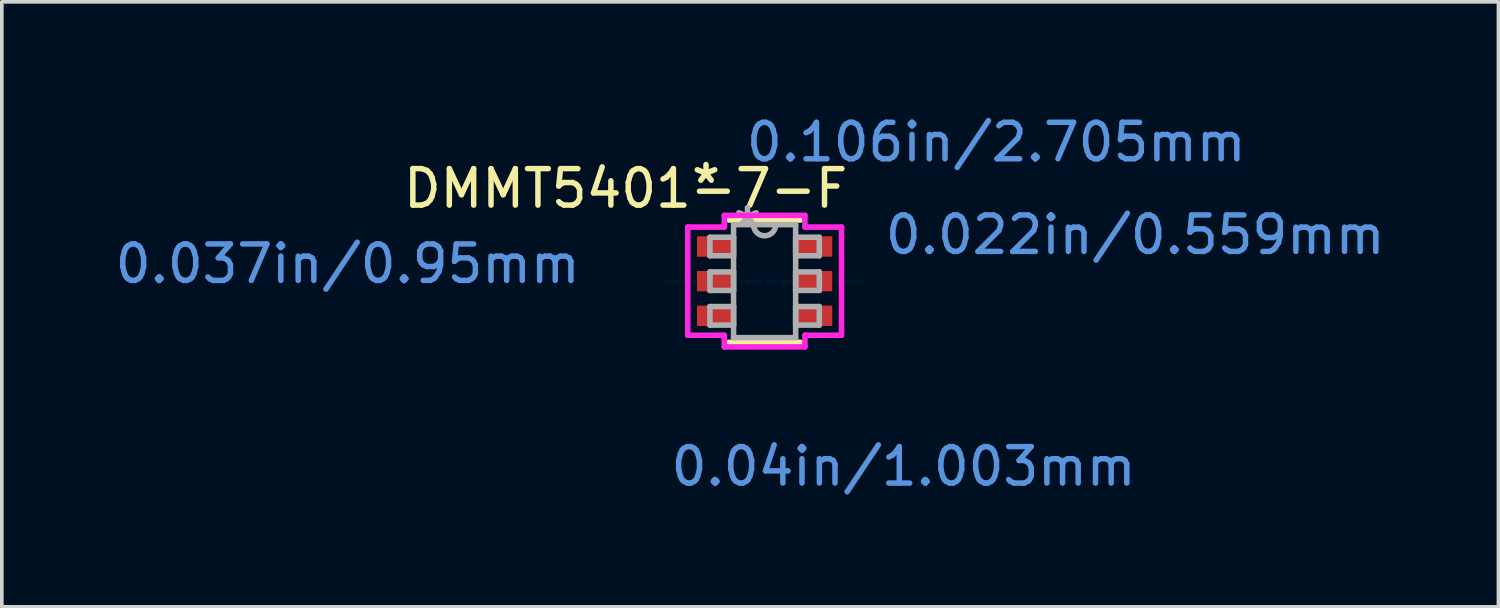
<source format=kicad_pcb>
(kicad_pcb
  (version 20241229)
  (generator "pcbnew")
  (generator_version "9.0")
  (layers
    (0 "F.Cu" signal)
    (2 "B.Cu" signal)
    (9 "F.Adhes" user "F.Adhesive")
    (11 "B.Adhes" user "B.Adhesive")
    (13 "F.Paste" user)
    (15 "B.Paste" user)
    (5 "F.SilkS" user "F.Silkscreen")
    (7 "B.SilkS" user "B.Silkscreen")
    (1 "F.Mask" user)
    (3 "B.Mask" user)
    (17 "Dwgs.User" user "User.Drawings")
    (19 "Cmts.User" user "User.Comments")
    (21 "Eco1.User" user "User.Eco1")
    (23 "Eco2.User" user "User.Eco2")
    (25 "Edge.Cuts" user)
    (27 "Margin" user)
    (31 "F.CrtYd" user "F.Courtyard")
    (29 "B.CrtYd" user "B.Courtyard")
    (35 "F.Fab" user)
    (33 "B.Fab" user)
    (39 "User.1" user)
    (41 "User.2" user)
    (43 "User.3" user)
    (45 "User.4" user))
  (footprint "DMMT5401-7-F"
    (layer "F.Cu")
    (at 17.912 4.658)
    (property "Reference" "DMMT5401-7-F" (at -3.81 -2.54 0) (layer "F.SilkS") (effects (font (size 1 1) (thickness 0.15))))
    (attr through_hole)
    (fp_line (start -0.978 1.676) (end 0.978 1.676) (stroke (width 0.152) (type solid)) (layer "F.SilkS"))
    (fp_line (start 0.978 -1.676) (end -0.978 -1.676) (stroke (width 0.152) (type solid)) (layer "F.SilkS"))
    (fp_line (start -2.108 -1.483) (end -1.105 -1.483) (stroke (width 0.152) (type solid)) (layer "F.CrtYd"))
    (fp_line (start -2.108 1.483) (end -2.108 -1.483) (stroke (width 0.152) (type solid)) (layer "F.CrtYd"))
    (fp_line (start -2.108 1.483) (end -1.105 1.483) (stroke (width 0.152) (type solid)) (layer "F.CrtYd"))
    (fp_line (start -1.105 -1.803) (end 1.105 -1.803) (stroke (width 0.152) (type solid)) (layer "F.CrtYd"))
    (fp_line (start -1.105 -1.483) (end -1.105 -1.803) (stroke (width 0.152) (type solid)) (layer "F.CrtYd"))
    (fp_line (start -1.105 1.803) (end -1.105 1.483) (stroke (width 0.152) (type solid)) (layer "F.CrtYd"))
    (fp_line (start 1.105 -1.803) (end 1.105 -1.483) (stroke (width 0.152) (type solid)) (layer "F.CrtYd"))
    (fp_line (start 1.105 1.483) (end 1.105 1.803) (stroke (width 0.152) (type solid)) (layer "F.CrtYd"))
    (fp_line (start 1.105 1.803) (end -1.105 1.803) (stroke (width 0.152) (type solid)) (layer "F.CrtYd"))
    (fp_line (start 2.108 -1.483) (end 1.105 -1.483) (stroke (width 0.152) (type solid)) (layer "F.CrtYd"))
    (fp_line (start 2.108 -1.483) (end 2.108 1.483) (stroke (width 0.152) (type solid)) (layer "F.CrtYd"))
    (fp_line (start 2.108 1.483) (end 1.105 1.483) (stroke (width 0.152) (type solid)) (layer "F.CrtYd"))
    (fp_line (start -1.499 -1.204) (end -1.499 -0.696) (stroke (width 0.152) (type solid)) (layer "F.Fab"))
    (fp_line (start -1.499 -0.696) (end -0.851 -0.696) (stroke (width 0.152) (type solid)) (layer "F.Fab"))
    (fp_line (start -1.499 -0.254) (end -1.499 0.254) (stroke (width 0.152) (type solid)) (layer "F.Fab"))
    (fp_line (start -1.499 0.254) (end -0.851 0.254) (stroke (width 0.152) (type solid)) (layer "F.Fab"))
    (fp_line (start -1.499 0.696) (end -1.499 1.204) (stroke (width 0.152) (type solid)) (layer "F.Fab"))
    (fp_line (start -1.499 1.204) (end -0.851 1.204) (stroke (width 0.152) (type solid)) (layer "F.Fab"))
    (fp_line (start -0.851 -1.549) (end -0.851 1.549) (stroke (width 0.152) (type solid)) (layer "F.Fab"))
    (fp_line (start -0.851 -1.204) (end -1.499 -1.204) (stroke (width 0.152) (type solid)) (layer "F.Fab"))
    (fp_line (start -0.851 -0.696) (end -0.851 -1.204) (stroke (width 0.152) (type solid)) (layer "F.Fab"))
    (fp_line (start -0.851 -0.254) (end -1.499 -0.254) (stroke (width 0.152) (type solid)) (layer "F.Fab"))
    (fp_line (start -0.851 0.254) (end -0.851 -0.254) (stroke (width 0.152) (type solid)) (layer "F.Fab"))
    (fp_line (start -0.851 0.696) (end -1.499 0.696) (stroke (width 0.152) (type solid)) (layer "F.Fab"))
    (fp_line (start -0.851 1.204) (end -0.851 0.696) (stroke (width 0.152) (type solid)) (layer "F.Fab"))
    (fp_line (start -0.851 1.549) (end 0.851 1.549) (stroke (width 0.152) (type solid)) (layer "F.Fab"))
    (fp_line (start 0.851 -1.549) (end -0.851 -1.549) (stroke (width 0.152) (type solid)) (layer "F.Fab"))
    (fp_line (start 0.851 -1.204) (end 0.851 -0.696) (stroke (width 0.152) (type solid)) (layer "F.Fab"))
    (fp_line (start 0.851 -0.696) (end 1.499 -0.696) (stroke (width 0.152) (type solid)) (layer "F.Fab"))
    (fp_line (start 0.851 -0.254) (end 0.851 0.254) (stroke (width 0.152) (type solid)) (layer "F.Fab"))
    (fp_line (start 0.851 0.254) (end 1.499 0.254) (stroke (width 0.152) (type solid)) (layer "F.Fab"))
    (fp_line (start 0.851 0.696) (end 0.851 1.204) (stroke (width 0.152) (type solid)) (layer "F.Fab"))
    (fp_line (start 0.851 1.204) (end 1.499 1.204) (stroke (width 0.152) (type solid)) (layer "F.Fab"))
    (fp_line (start 0.851 1.549) (end 0.851 -1.549) (stroke (width 0.152) (type solid)) (layer "F.Fab"))
    (fp_line (start 1.499 -1.204) (end 0.851 -1.204) (stroke (width 0.152) (type solid)) (layer "F.Fab"))
    (fp_line (start 1.499 -0.696) (end 1.499 -1.204) (stroke (width 0.152) (type solid)) (layer "F.Fab"))
    (fp_line (start 1.499 -0.254) (end 0.851 -0.254) (stroke (width 0.152) (type solid)) (layer "F.Fab"))
    (fp_line (start 1.499 0.254) (end 1.499 -0.254) (stroke (width 0.152) (type solid)) (layer "F.Fab"))
    (fp_line (start 1.499 0.696) (end 0.851 0.696) (stroke (width 0.152) (type solid)) (layer "F.Fab"))
    (fp_line (start 1.499 1.204) (end 1.499 0.696) (stroke (width 0.152) (type solid)) (layer "F.Fab"))
    (fp_arc (start 0.3048 -1.5494) (mid 0 -1.2446) (end -0.3048 -1.5494) (stroke (width 0.1524) (type solid)) (layer "F.Fab"))
    (fp_text user "*" (at -1.607 -2.652 0) (layer "F.SilkS") (effects (font (size 1 1) (thickness 0.15))))
    (fp_text user "0.04in/1.003mm" (at 3.81 5.08 0) (layer "Cmts.User") (effects (font (size 1 1) (thickness 0.15))))
    (fp_text user "0.037in/0.95mm" (at -11.43 -0.475 0) (layer "Cmts.User") (effects (font (size 1 1) (thickness 0.15))))
    (fp_text user "0.106in/2.705mm" (at 6.35 -3.81 0) (layer "Cmts.User") (effects (font (size 1 1) (thickness 0.15))))
    (fp_text user "0.022in/0.559mm" (at 10.16 -1.27 0) (layer "Cmts.User") (effects (font (size 1 1) (thickness 0.15))))
    (fp_text user "Copyright 2016 Accelerated Designs. All rights reserved." (at 0 0 0) (layer "Cmts.User") (effects (font (size 0.127 0.127) (thickness 0.002))))
    (fp_text user "*" (at -0.47 -1.473 0) (layer "F.Fab") (effects (font (size 1 1) (thickness 0.15))))
    (pad "1" smd rect (at -1.353 -0.95) (size 1.003 0.559) (layers "F.Cu" "F.Mask" "F.Paste"))
    (pad "2" smd rect (at -1.353 0) (size 1.003 0.559) (layers "F.Cu" "F.Mask" "F.Paste"))
    (pad "3" smd rect (at -1.353 0.95) (size 1.003 0.559) (layers "F.Cu" "F.Mask" "F.Paste"))
    (pad "4" smd rect (at 1.353 0.95) (size 1.003 0.559) (layers "F.Cu" "F.Mask" "F.Paste"))
    (pad "5" smd rect (at 1.353 0) (size 1.003 0.559) (layers "F.Cu" "F.Mask" "F.Paste"))
    (pad "6" smd rect (at 1.353 -0.95) (size 1.003 0.559) (layers "F.Cu" "F.Mask" "F.Paste")))
  (gr_rect
    (start -3 -3)
    (end 38.03 13.586)
    (stroke (width 0.1) (type default))
    (fill no)
    (layer "Edge.Cuts")))
</source>
